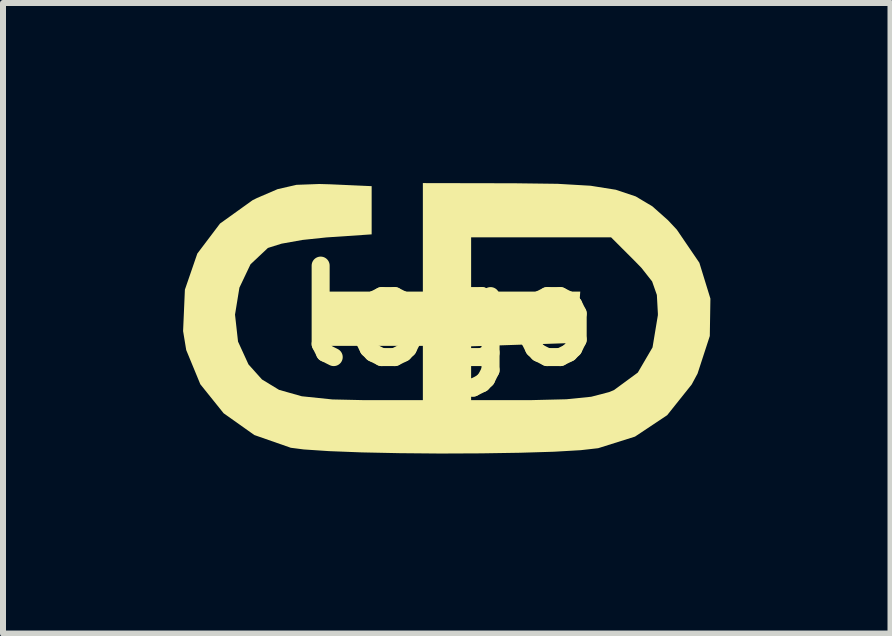
<source format=kicad_pcb>
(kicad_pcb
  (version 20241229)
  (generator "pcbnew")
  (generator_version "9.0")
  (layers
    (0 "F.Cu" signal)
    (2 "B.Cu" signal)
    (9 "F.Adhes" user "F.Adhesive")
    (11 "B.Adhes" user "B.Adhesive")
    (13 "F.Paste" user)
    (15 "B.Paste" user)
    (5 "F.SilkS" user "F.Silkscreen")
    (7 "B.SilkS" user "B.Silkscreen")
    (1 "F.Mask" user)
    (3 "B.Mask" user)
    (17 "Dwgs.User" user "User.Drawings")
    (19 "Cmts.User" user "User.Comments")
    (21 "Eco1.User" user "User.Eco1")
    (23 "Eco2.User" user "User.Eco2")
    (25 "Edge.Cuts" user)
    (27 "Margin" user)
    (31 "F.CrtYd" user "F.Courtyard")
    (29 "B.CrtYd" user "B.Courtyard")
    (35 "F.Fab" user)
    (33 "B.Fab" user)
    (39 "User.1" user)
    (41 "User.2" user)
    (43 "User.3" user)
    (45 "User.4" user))
  (footprint "logo"
    (layer "F.Cu")
    (at 4.396 2.209)
    (property "Reference" "logo" (at 0 0 0) (layer "F.SilkS") (effects (font (size 1.524 1.524) (thickness 0.3))))
    (attr board_only exclude_from_pos_files exclude_from_bom)
    (fp_poly (pts (xy 1.129 -2.206) (xy 1.842 -2.197) (xy 2.391 -2.165) (xy 2.813 -2.098) (xy 3.144 -1.987) (xy 3.421 -1.822) (xy 3.681 -1.591) (xy 3.828 -1.434) (xy 4.204 -0.882) (xy 4.388 -0.285) (xy 4.378 0.338) (xy 4.174 0.964) (xy 4.076 1.146) (xy 3.668 1.657) (xy 3.132 2.014) (xy 2.519 2.207) (xy 2.229 2.24) (xy 1.78 2.266) (xy 1.213 2.283) (xy 0.569 2.293) (xy -0.112 2.296) (xy -0.789 2.29) (xy -1.42 2.277) (xy -1.965 2.256) (xy -2.384 2.228) (xy -2.602 2.2) (xy -3.209 1.988) (xy -3.721 1.625) (xy -4.109 1.142) (xy -4.344 0.572) (xy -4.396 0.256) (xy -4.366 -0.434) (xy -4.159 -1.035) (xy -3.781 -1.535) (xy -3.24 -1.923) (xy -3.166 -1.96) (xy -2.822 -2.108) (xy -2.507 -2.18) (xy -2.127 -2.194) (xy -1.947 -2.189) (xy -1.255 -2.158) (xy -1.255 -1.355) (xy -2.008 -1.304) (xy -2.408 -1.262) (xy -2.755 -1.2) (xy -2.976 -1.131) (xy -2.986 -1.126) (xy -3.273 -0.856) (xy -3.458 -0.467) (xy -3.531 -0.018) (xy -3.481 0.431) (xy -3.307 0.811) (xy -3.082 1.062) (xy -2.798 1.235) (xy -2.419 1.342) (xy -1.908 1.395) (xy -1.409 1.406) (xy -0.402 1.406) (xy 0.402 1.406) (xy 1.415 1.406) (xy 1.988 1.392) (xy 2.403 1.35) (xy 2.702 1.272) (xy 2.783 1.238) (xy 3.179 0.947) (xy 3.424 0.528) (xy 3.513 -0.009) (xy 3.513 -0.037) (xy 3.496 -0.346) (xy 3.417 -0.571) (xy 3.238 -0.798) (xy 3.124 -0.915) (xy 2.734 -1.305) (xy 0.402 -1.305) (xy 0.402 -0.402) (xy 2.22 -0.402) (xy 2.189 0.025) (xy 2.158 0.452) (xy 1.28 0.481) (xy 0.402 0.51) (xy 0.402 1.406) (xy -0.402 1.406) (xy -0.402 0.502) (xy -2.209 0.502) (xy -2.209 -0.402) (xy -0.402 -0.402) (xy -0.402 -2.209)) (stroke (width 0) (type solid)) (fill yes) (layer "F.SilkS")))
  (gr_rect
    (start -3 -3)
    (end 11.784 7.504)
    (stroke (width 0.1) (type default))
    (fill no)
    (layer "Edge.Cuts")))
</source>
